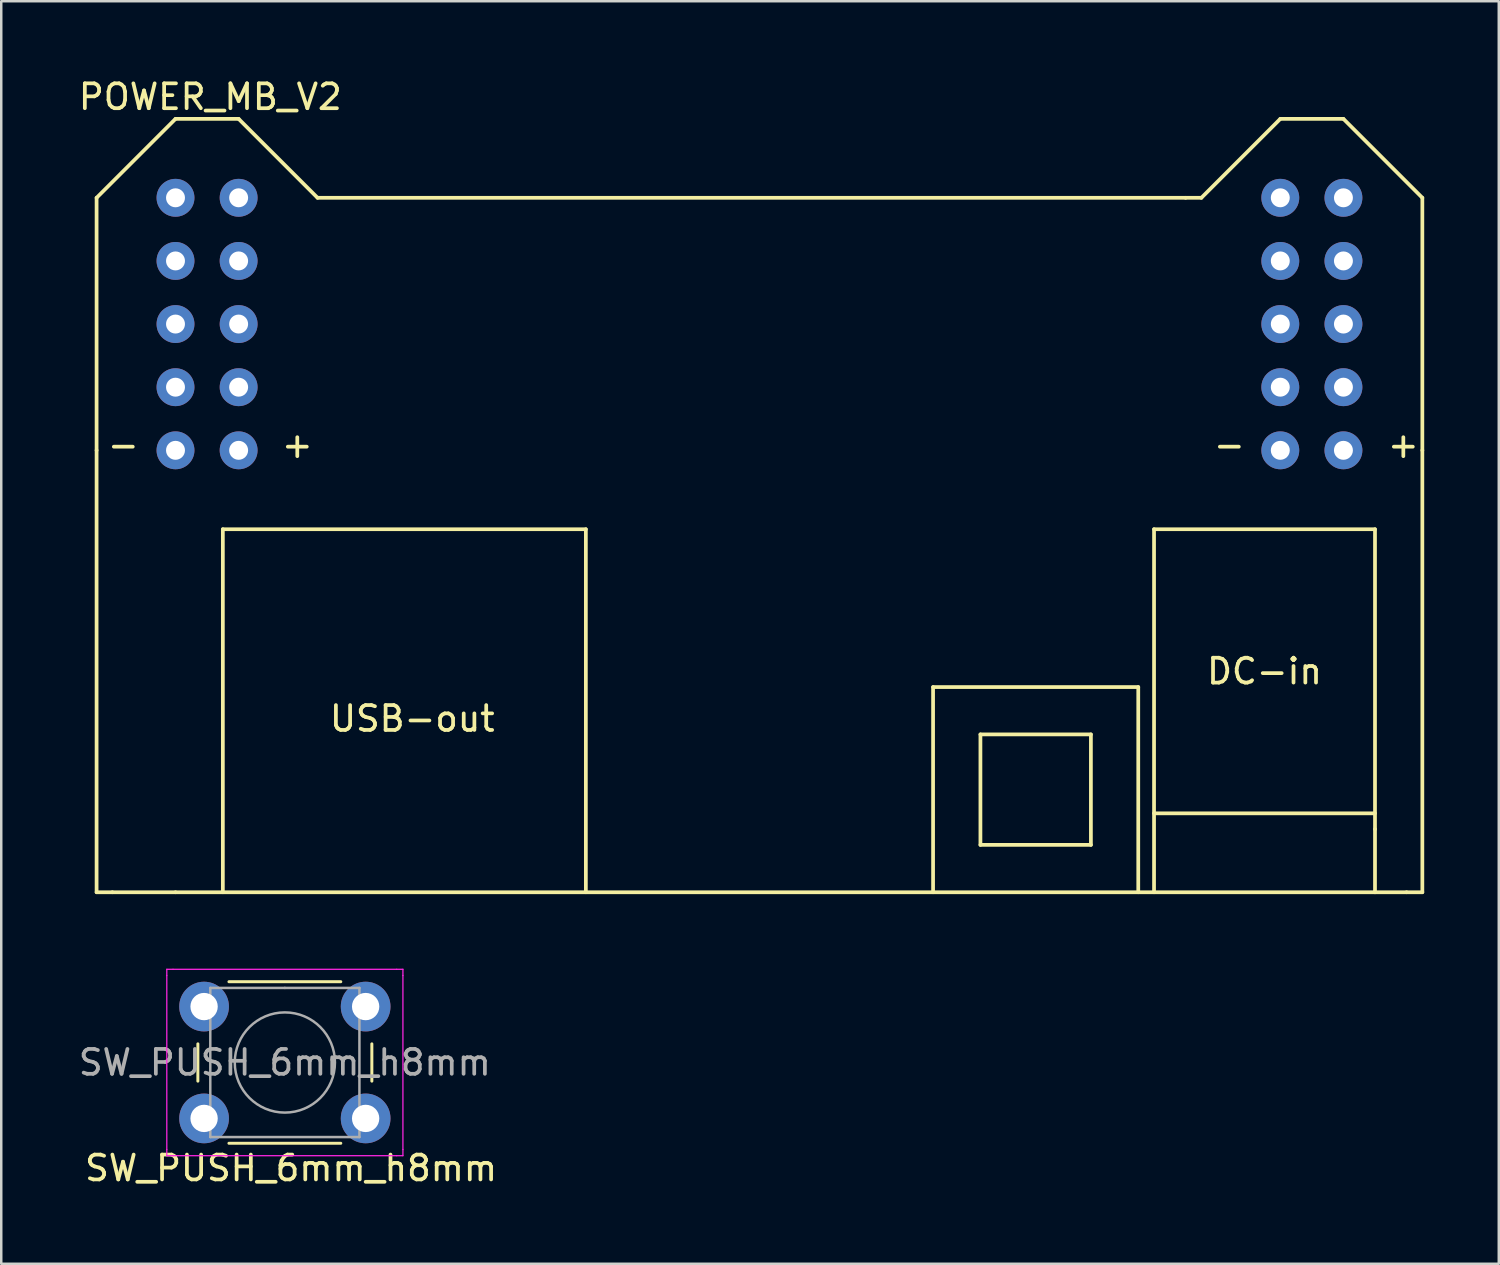
<source format=kicad_pcb>
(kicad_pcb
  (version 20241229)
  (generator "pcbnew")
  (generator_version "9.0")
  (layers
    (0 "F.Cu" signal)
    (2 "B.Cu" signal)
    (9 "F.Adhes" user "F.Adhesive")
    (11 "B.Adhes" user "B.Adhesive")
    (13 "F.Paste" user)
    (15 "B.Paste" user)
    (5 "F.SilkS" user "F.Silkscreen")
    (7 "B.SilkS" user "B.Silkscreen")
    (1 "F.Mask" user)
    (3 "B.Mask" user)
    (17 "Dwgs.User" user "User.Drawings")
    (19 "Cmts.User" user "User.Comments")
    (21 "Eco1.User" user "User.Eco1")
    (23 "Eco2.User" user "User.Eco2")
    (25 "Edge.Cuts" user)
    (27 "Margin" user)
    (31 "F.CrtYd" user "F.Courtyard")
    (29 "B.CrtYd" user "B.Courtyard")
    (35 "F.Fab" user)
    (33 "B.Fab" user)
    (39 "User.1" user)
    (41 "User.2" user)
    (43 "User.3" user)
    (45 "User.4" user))
  (footprint "POWER_MB_V2"
    (layer "F.Cu")
    (at 26.871 9.988)
    (property "Reference" "POWER_MB_V2" (at -21.46 -9.14 0) (layer "F.SilkS") (effects (font (size 1 1) (thickness 0.15))))
    (attr through_hole)
    (fp_line (start -26.035 -5.08) (end -26.035 5.08) (stroke (width 0.15) (type solid)) (layer "F.SilkS"))
    (fp_line (start -26.035 -5.08) (end -22.86 -8.255) (stroke (width 0.15) (type solid)) (layer "F.SilkS"))
    (fp_line (start -26.035 5.08) (end -26.035 22.86) (stroke (width 0.15) (type solid)) (layer "F.SilkS"))
    (fp_line (start -26.035 22.86) (end -25.4 22.86) (stroke (width 0.15) (type solid)) (layer "F.SilkS"))
    (fp_line (start -25.4 22.86) (end -22.86 22.86) (stroke (width 0.15) (type solid)) (layer "F.SilkS"))
    (fp_line (start -22.86 22.86) (end 25.4 22.86) (stroke (width 0.15) (type solid)) (layer "F.SilkS"))
    (fp_line (start -20.955 8.255) (end -6.35 8.255) (stroke (width 0.15) (type solid)) (layer "F.SilkS"))
    (fp_line (start -20.955 22.86) (end -20.955 8.255) (stroke (width 0.15) (type solid)) (layer "F.SilkS"))
    (fp_line (start -20.32 -8.255) (end -22.86 -8.255) (stroke (width 0.15) (type solid)) (layer "F.SilkS"))
    (fp_line (start -20.32 -8.255) (end -17.145 -5.08) (stroke (width 0.15) (type solid)) (layer "F.SilkS"))
    (fp_line (start -17.145 -5.08) (end 17.78 -5.08) (stroke (width 0.15) (type solid)) (layer "F.SilkS"))
    (fp_line (start -6.35 8.255) (end -6.35 22.86) (stroke (width 0.15) (type solid)) (layer "F.SilkS"))
    (fp_line (start 7.62 14.605) (end 7.62 22.86) (stroke (width 0.15) (type solid)) (layer "F.SilkS"))
    (fp_line (start 9.525 16.51) (end 9.525 20.955) (stroke (width 0.15) (type solid)) (layer "F.SilkS"))
    (fp_line (start 9.525 20.955) (end 13.97 20.955) (stroke (width 0.15) (type solid)) (layer "F.SilkS"))
    (fp_line (start 13.97 16.51) (end 9.525 16.51) (stroke (width 0.15) (type solid)) (layer "F.SilkS"))
    (fp_line (start 13.97 20.955) (end 13.97 16.51) (stroke (width 0.15) (type solid)) (layer "F.SilkS"))
    (fp_line (start 15.875 14.605) (end 7.62 14.605) (stroke (width 0.15) (type solid)) (layer "F.SilkS"))
    (fp_line (start 15.875 22.86) (end 15.875 14.605) (stroke (width 0.15) (type solid)) (layer "F.SilkS"))
    (fp_line (start 16.51 8.255) (end 25.4 8.255) (stroke (width 0.15) (type solid)) (layer "F.SilkS"))
    (fp_line (start 16.51 22.86) (end 16.51 8.255) (stroke (width 0.15) (type solid)) (layer "F.SilkS"))
    (fp_line (start 17.78 -5.08) (end 18.415 -5.08) (stroke (width 0.15) (type solid)) (layer "F.SilkS"))
    (fp_line (start 21.59 -8.255) (end 18.415 -5.08) (stroke (width 0.15) (type solid)) (layer "F.SilkS"))
    (fp_line (start 21.59 -8.255) (end 24.13 -8.255) (stroke (width 0.15) (type solid)) (layer "F.SilkS"))
    (fp_line (start 25.4 8.255) (end 25.4 20.32) (stroke (width 0.15) (type solid)) (layer "F.SilkS"))
    (fp_line (start 25.4 19.685) (end 16.51 19.685) (stroke (width 0.15) (type solid)) (layer "F.SilkS"))
    (fp_line (start 25.4 22.86) (end 25.4 20.32) (stroke (width 0.15) (type solid)) (layer "F.SilkS"))
    (fp_line (start 25.4 22.86) (end 26.67 22.86) (stroke (width 0.15) (type solid)) (layer "F.SilkS"))
    (fp_line (start 26.67 22.86) (end 27.305 22.86) (stroke (width 0.15) (type solid)) (layer "F.SilkS"))
    (fp_line (start 27.305 -5.08) (end 24.13 -8.255) (stroke (width 0.15) (type solid)) (layer "F.SilkS"))
    (fp_line (start 27.305 -5.08) (end 27.305 5.08) (stroke (width 0.15) (type solid)) (layer "F.SilkS"))
    (fp_line (start 27.305 5.08) (end 27.305 22.86) (stroke (width 0.15) (type solid)) (layer "F.SilkS"))
    (fp_text user "USB-out" (at -13.335 15.875 0) (layer "F.SilkS") (effects (font (size 1 1) (thickness 0.15))))
    (fp_text user "+" (at -17.96 4.86 0) (layer "F.SilkS") (effects (font (size 1 1) (thickness 0.15))))
    (fp_text user "DC-in" (at 20.955 13.97 0) (layer "F.SilkS") (effects (font (size 1 1) (thickness 0.15))))
    (fp_text user "-" (at -24.96 4.86 0) (layer "F.SilkS") (effects (font (size 1 1) (thickness 0.15))))
    (fp_text user "-" (at 19.54 4.86 0) (layer "F.SilkS") (effects (font (size 1 1) (thickness 0.15))))
    (fp_text user "+" (at 26.54 4.86 0) (layer "F.SilkS") (effects (font (size 1 1) (thickness 0.15))))
    (pad "1" thru_hole circle (at -22.86 -5.08) (size 1.524 1.524) (drill 0.762) (layers "*.Cu" "*.Mask"))
    (pad "2" thru_hole circle (at -20.32 -5.08) (size 1.524 1.524) (drill 0.762) (layers "*.Cu" "*.Mask"))
    (pad "3" thru_hole circle (at -22.86 -2.54) (size 1.524 1.524) (drill 0.762) (layers "*.Cu" "*.Mask"))
    (pad "4" thru_hole circle (at -20.32 -2.54) (size 1.524 1.524) (drill 0.762) (layers "*.Cu" "*.Mask"))
    (pad "5" thru_hole circle (at -22.86 0) (size 1.524 1.524) (drill 0.762) (layers "*.Cu" "*.Mask"))
    (pad "6" thru_hole circle (at -20.32 0) (size 1.524 1.524) (drill 0.762) (layers "*.Cu" "*.Mask"))
    (pad "7" thru_hole circle (at -22.86 2.54) (size 1.524 1.524) (drill 0.762) (layers "*.Cu" "*.Mask"))
    (pad "8" thru_hole circle (at -20.32 2.54) (size 1.524 1.524) (drill 0.762) (layers "*.Cu" "*.Mask"))
    (pad "9" thru_hole circle (at -22.86 5.08) (size 1.524 1.524) (drill 0.762) (layers "*.Cu" "*.Mask"))
    (pad "10" thru_hole circle (at -20.32 5.08) (size 1.524 1.524) (drill 0.762) (layers "*.Cu" "*.Mask"))
    (pad "11" thru_hole circle (at 21.59 -5.08) (size 1.524 1.524) (drill 0.762) (layers "*.Cu" "*.Mask"))
    (pad "12" thru_hole circle (at 24.13 -5.08) (size 1.524 1.524) (drill 0.762) (layers "*.Cu" "*.Mask"))
    (pad "13" thru_hole circle (at 21.59 -2.54) (size 1.524 1.524) (drill 0.762) (layers "*.Cu" "*.Mask"))
    (pad "14" thru_hole circle (at 24.13 -2.54) (size 1.524 1.524) (drill 0.762) (layers "*.Cu" "*.Mask"))
    (pad "15" thru_hole circle (at 21.59 0) (size 1.524 1.524) (drill 0.762) (layers "*.Cu" "*.Mask"))
    (pad "16" thru_hole circle (at 24.13 0) (size 1.524 1.524) (drill 0.762) (layers "*.Cu" "*.Mask"))
    (pad "17" thru_hole circle (at 21.59 2.54) (size 1.524 1.524) (drill 0.762) (layers "*.Cu" "*.Mask"))
    (pad "18" thru_hole circle (at 24.13 2.54) (size 1.524 1.524) (drill 0.762) (layers "*.Cu" "*.Mask"))
    (pad "19" thru_hole circle (at 21.59 5.08) (size 1.524 1.524) (drill 0.762) (layers "*.Cu" "*.Mask"))
    (pad "20" thru_hole circle (at 24.13 5.08) (size 1.524 1.524) (drill 0.762) (layers "*.Cu" "*.Mask")))
  (footprint "SW_PUSH_6mm_h8mm"
    (layer "F.Cu")
    (at 5.161 37.448)
    (property "Reference" "SW_PUSH_6mm_h8mm" (at 3.5 6.5 180) (layer "F.SilkS") (effects (font (size 1 1) (thickness 0.15))))
    (attr through_hole)
    (fp_line (start -0.25 1.5) (end -0.25 3) (stroke (width 0.12) (type solid)) (layer "F.SilkS"))
    (fp_line (start 1 5.5) (end 5.5 5.5) (stroke (width 0.12) (type solid)) (layer "F.SilkS"))
    (fp_line (start 5.5 -1) (end 1 -1) (stroke (width 0.12) (type solid)) (layer "F.SilkS"))
    (fp_line (start 6.75 3) (end 6.75 1.5) (stroke (width 0.12) (type solid)) (layer "F.SilkS"))
    (fp_line (start -1.5 -1.5) (end -1.25 -1.5) (stroke (width 0.05) (type solid)) (layer "F.CrtYd"))
    (fp_line (start -1.5 -1.25) (end -1.5 -1.5) (stroke (width 0.05) (type solid)) (layer "F.CrtYd"))
    (fp_line (start -1.5 5.75) (end -1.5 -1.25) (stroke (width 0.05) (type solid)) (layer "F.CrtYd"))
    (fp_line (start -1.5 5.75) (end -1.5 6) (stroke (width 0.05) (type solid)) (layer "F.CrtYd"))
    (fp_line (start -1.5 6) (end -1.25 6) (stroke (width 0.05) (type solid)) (layer "F.CrtYd"))
    (fp_line (start -1.25 -1.5) (end 7.75 -1.5) (stroke (width 0.05) (type solid)) (layer "F.CrtYd"))
    (fp_line (start 7.75 -1.5) (end 8 -1.5) (stroke (width 0.05) (type solid)) (layer "F.CrtYd"))
    (fp_line (start 7.75 6) (end -1.25 6) (stroke (width 0.05) (type solid)) (layer "F.CrtYd"))
    (fp_line (start 7.75 6) (end 8 6) (stroke (width 0.05) (type solid)) (layer "F.CrtYd"))
    (fp_line (start 8 -1.5) (end 8 -1.25) (stroke (width 0.05) (type solid)) (layer "F.CrtYd"))
    (fp_line (start 8 -1.25) (end 8 5.75) (stroke (width 0.05) (type solid)) (layer "F.CrtYd"))
    (fp_line (start 8 6) (end 8 5.75) (stroke (width 0.05) (type solid)) (layer "F.CrtYd"))
    (fp_line (start 0.25 -0.75) (end 3.25 -0.75) (stroke (width 0.1) (type solid)) (layer "F.Fab"))
    (fp_line (start 0.25 5.25) (end 0.25 -0.75) (stroke (width 0.1) (type solid)) (layer "F.Fab"))
    (fp_line (start 3.25 -0.75) (end 6.25 -0.75) (stroke (width 0.1) (type solid)) (layer "F.Fab"))
    (fp_line (start 6.25 -0.75) (end 6.25 5.25) (stroke (width 0.1) (type solid)) (layer "F.Fab"))
    (fp_line (start 6.25 5.25) (end 0.25 5.25) (stroke (width 0.1) (type solid)) (layer "F.Fab"))
    (fp_circle (center 3.25 2.25) (end 1.25 2.5) (stroke (width 0.1) (type solid)) (fill no) (layer "F.Fab"))
    (fp_text user "${REFERENCE}" (at 3.25 2.25 0) (layer "F.Fab") (effects (font (size 1 1) (thickness 0.15))))
    (pad "1" thru_hole circle (at 0 0 90) (size 2 2) (drill 1.1) (layers "*.Cu" "*.Mask"))
    (pad "1" thru_hole circle (at 6.5 0 90) (size 2 2) (drill 1.1) (layers "*.Cu" "*.Mask"))
    (pad "2" thru_hole circle (at 0 4.5 90) (size 2 2) (drill 1.1) (layers "*.Cu" "*.Mask"))
    (pad "2" thru_hole circle (at 6.5 4.5 90) (size 2 2) (drill 1.1) (layers "*.Cu" "*.Mask")))
  (gr_rect
    (start -3 -3)
    (end 57.251 47.797)
    (stroke (width 0.1) (type default))
    (fill no)
    (layer "Edge.Cuts")))
</source>
